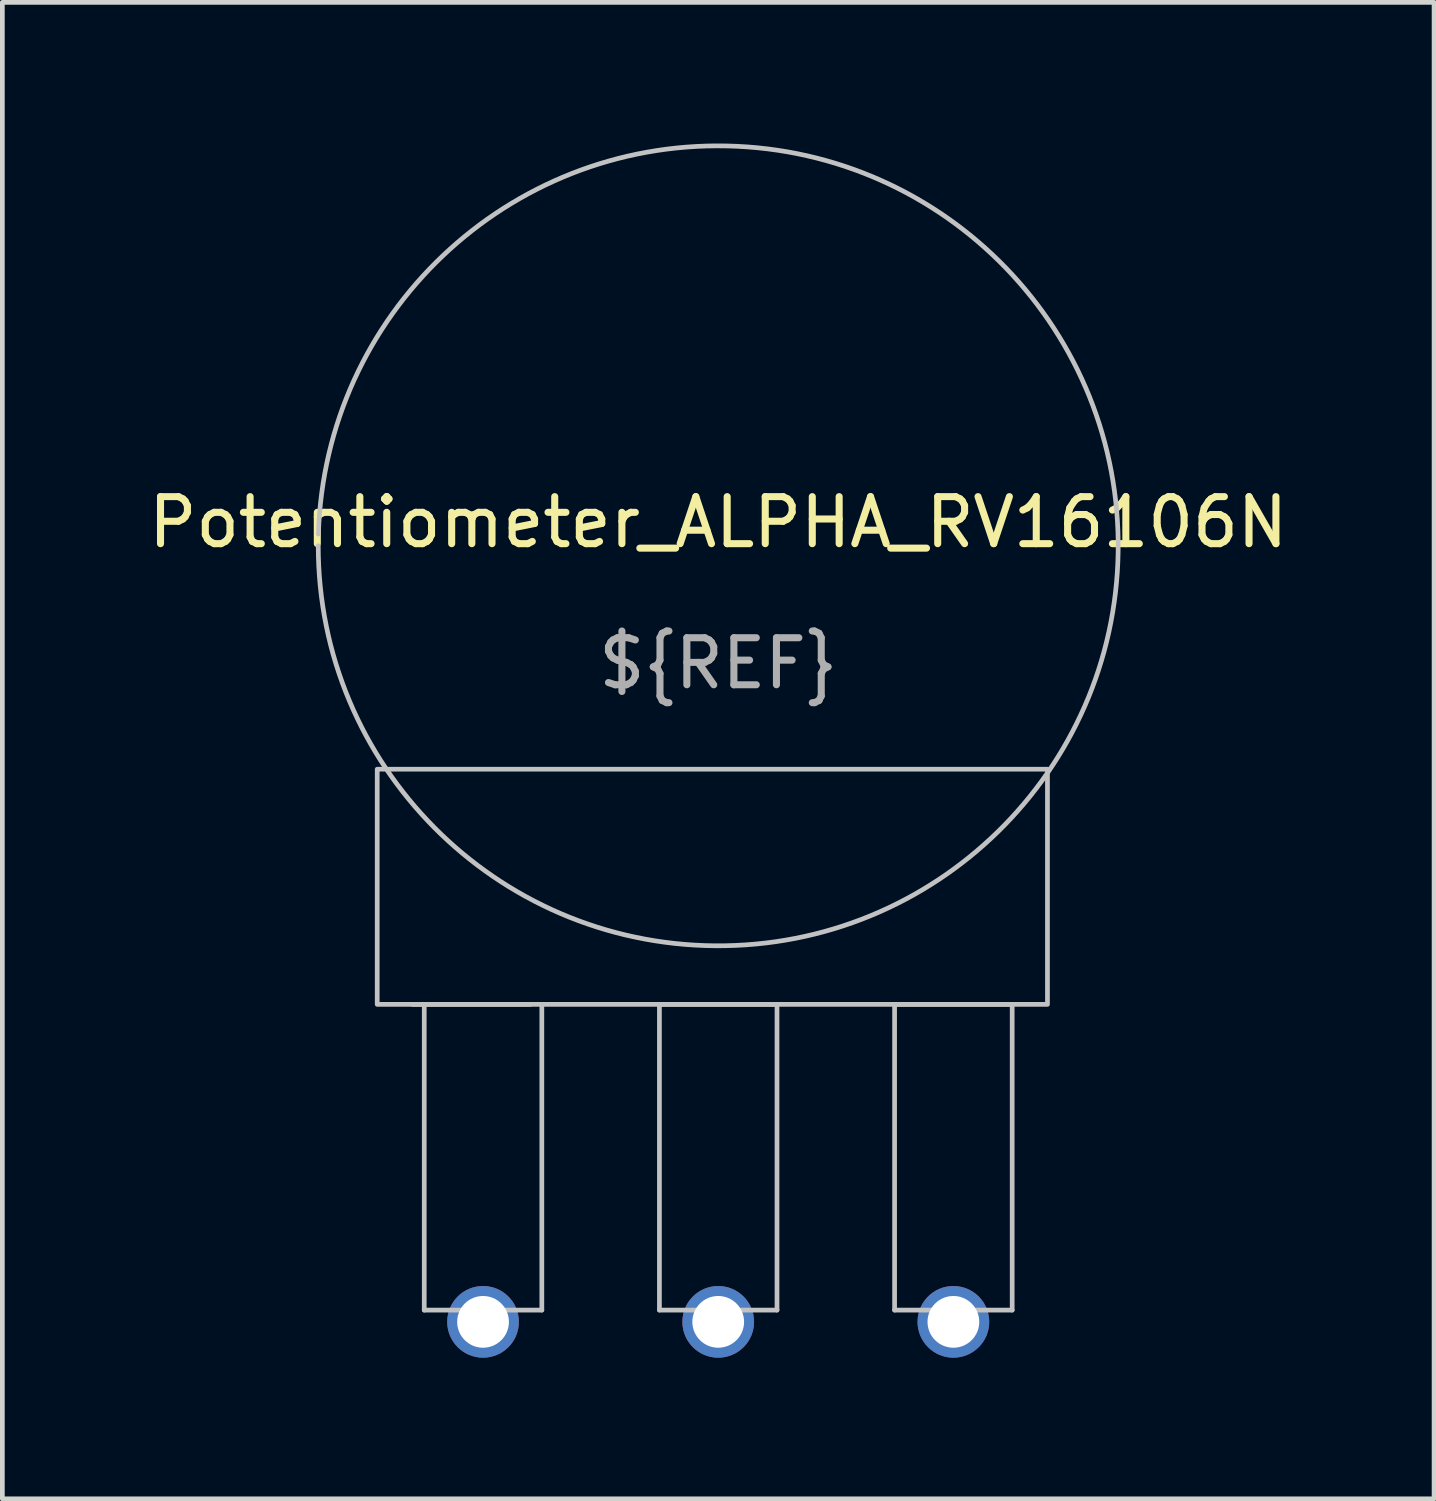
<source format=kicad_pcb>
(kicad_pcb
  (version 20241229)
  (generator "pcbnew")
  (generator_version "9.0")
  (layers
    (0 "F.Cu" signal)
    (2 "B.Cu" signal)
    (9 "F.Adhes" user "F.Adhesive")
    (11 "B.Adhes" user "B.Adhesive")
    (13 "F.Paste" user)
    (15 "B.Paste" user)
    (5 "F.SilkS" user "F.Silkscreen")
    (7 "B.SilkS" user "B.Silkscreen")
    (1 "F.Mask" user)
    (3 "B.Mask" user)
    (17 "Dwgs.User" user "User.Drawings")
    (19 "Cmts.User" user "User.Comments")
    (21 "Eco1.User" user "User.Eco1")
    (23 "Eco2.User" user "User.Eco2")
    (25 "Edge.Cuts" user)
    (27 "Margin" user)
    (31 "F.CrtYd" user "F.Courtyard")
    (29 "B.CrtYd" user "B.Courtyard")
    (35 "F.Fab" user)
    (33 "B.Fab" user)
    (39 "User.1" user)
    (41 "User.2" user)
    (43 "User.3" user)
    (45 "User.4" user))
  (footprint "Potentiometer_ALPHA_RV16106N"
    (layer "F.Cu")
    (at 12.22 8.554)
    (property "Reference" "Potentiometer_ALPHA_RV16106N" (at 0 -0.5 0) (unlocked yes) (layer "F.SilkS") (effects (font (size 1 1) (thickness 0.15))))
    (attr through_hole)
    (fp_line (start -6.25 9.75) (end -6.25 16.25) (stroke (width 0.1) (type default)) (layer "Dwgs.User"))
    (fp_line (start -6.25 16.25) (end -3.75 16.25) (stroke (width 0.1) (type default)) (layer "Dwgs.User"))
    (fp_line (start -4 9.75) (end -6.5 9.75) (stroke (width 0.1) (type default)) (layer "Dwgs.User"))
    (fp_line (start -3.75 16.25) (end -3.75 9.75) (stroke (width 0.1) (type default)) (layer "Dwgs.User"))
    (fp_line (start -1.25 9.75) (end -1.25 16.25) (stroke (width 0.1) (type default)) (layer "Dwgs.User"))
    (fp_line (start -1.25 16.25) (end 1.25 16.25) (stroke (width 0.1) (type default)) (layer "Dwgs.User"))
    (fp_line (start 1.25 9.75) (end -1.25 9.75) (stroke (width 0.1) (type default)) (layer "Dwgs.User"))
    (fp_line (start 1.25 16.25) (end 1.25 9.75) (stroke (width 0.1) (type default)) (layer "Dwgs.User"))
    (fp_line (start 3.75 9.75) (end 3.75 16.25) (stroke (width 0.1) (type default)) (layer "Dwgs.User"))
    (fp_line (start 3.75 16.25) (end 6.25 16.25) (stroke (width 0.1) (type default)) (layer "Dwgs.User"))
    (fp_line (start 6.25 9.75) (end 3.75 9.75) (stroke (width 0.1) (type default)) (layer "Dwgs.User"))
    (fp_line (start 6.25 16.25) (end 6.25 9.75) (stroke (width 0.1) (type default)) (layer "Dwgs.User"))
    (fp_rect (start -7.25 9.75) (end 7 4.75) (stroke (width 0.1) (type default)) (fill no) (layer "Dwgs.User"))
    (fp_arc (start -8.499999 -0.25) (mid 8.502756 0.125014) (end -8.503675 0) (stroke (width 0.1) (type default)) (layer "Dwgs.User"))
    (fp_text user "${REF}" (at 0 2.5 0) (unlocked yes) (layer "F.Fab") (effects (font (size 1 1) (thickness 0.15))))
    (pad "1" thru_hole circle (at -5 16.5) (size 1.524 1.524) (drill 1.1) (layers "*.Cu" "*.Mask"))
    (pad "2" thru_hole circle (at 0 16.5) (size 1.524 1.524) (drill 1.1) (layers "*.Cu" "*.Mask"))
    (pad "3" thru_hole circle (at 5 16.5) (size 1.524 1.524) (drill 1.1) (layers "*.Cu" "*.Mask")))
  (gr_rect
    (start -3 -3)
    (end 27.44 28.816)
    (stroke (width 0.1) (type default))
    (fill no)
    (layer "Edge.Cuts")))
</source>
